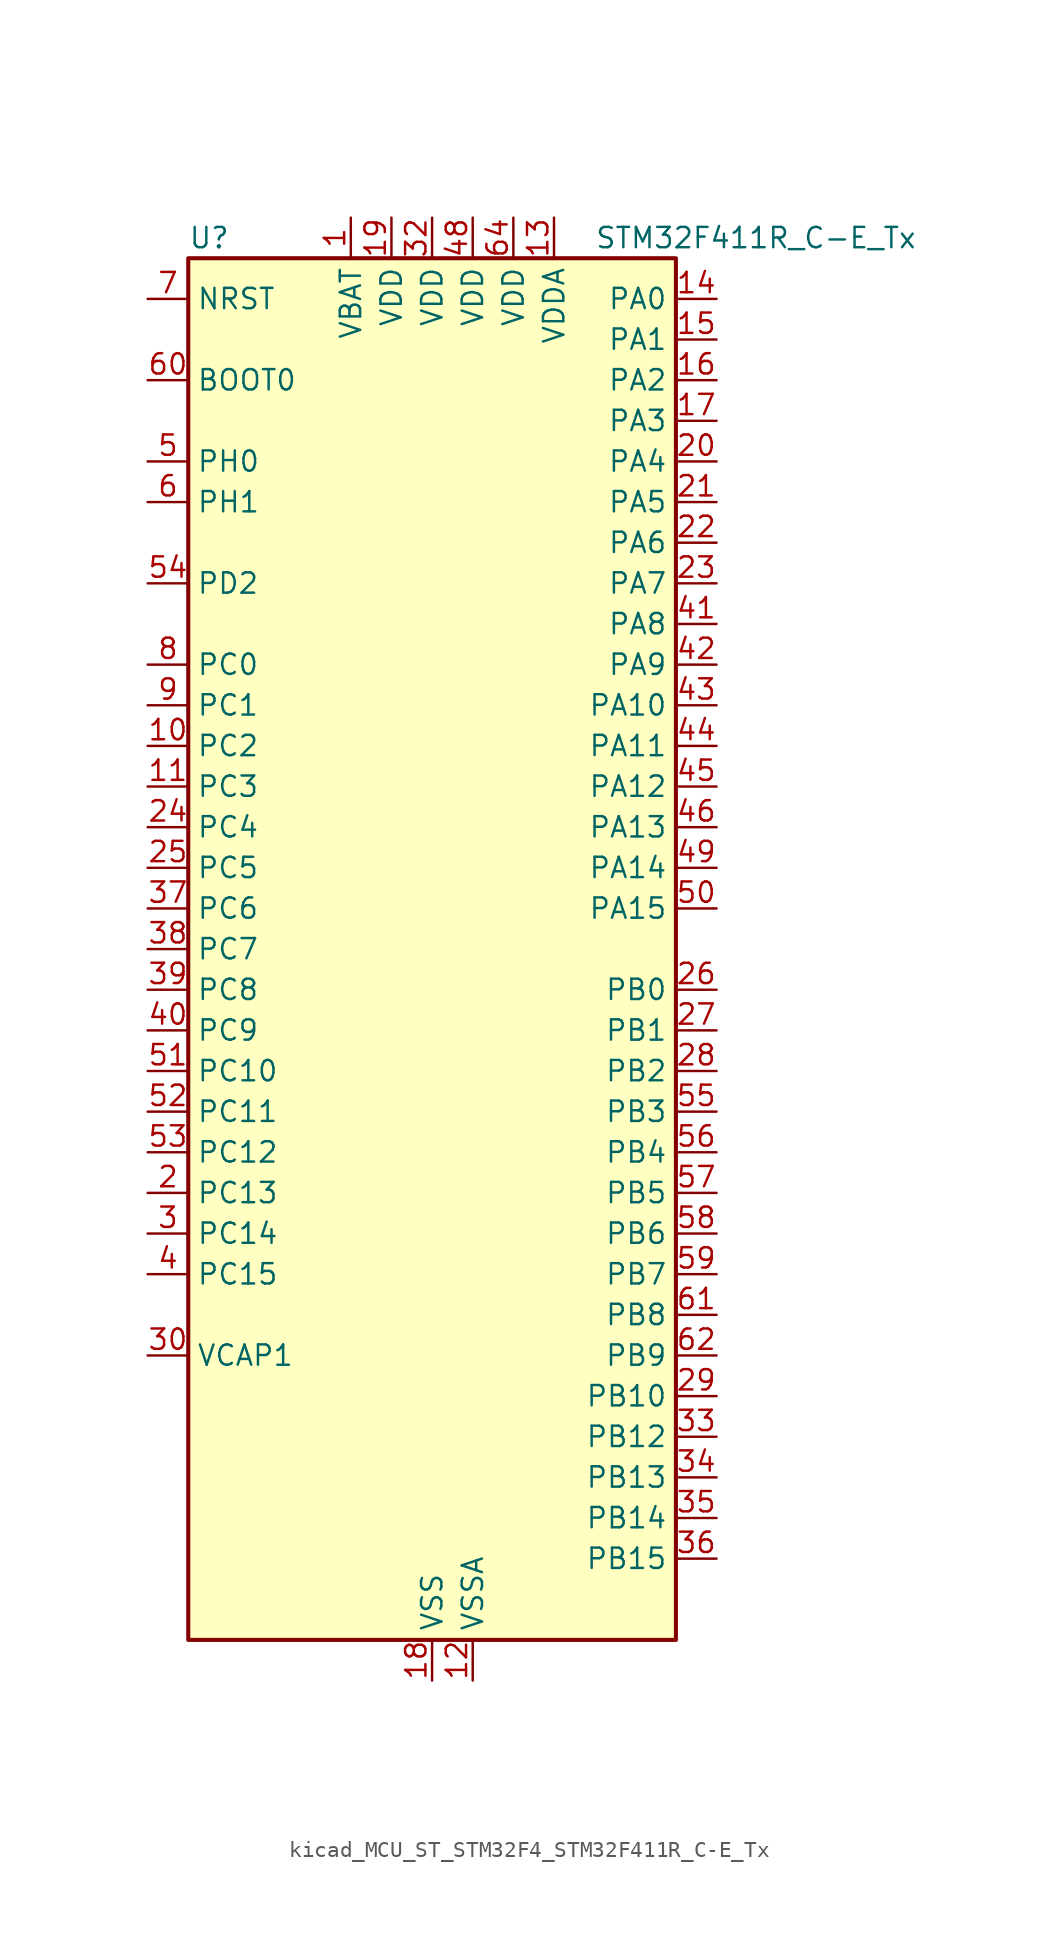
<source format=kicad_sym>
(kicad_symbol_lib
  (version 20220914)
  (generator kicad_symbol_editor)
  (symbol "kicad_MCU_ST_STM32F4_STM32F411R_C-E_Tx"
    (property "Reference" "U"
      (at -15.24 44.45 0)
      (effects (font (size 1.27 1.27)) (justify left)))
    (property "Value" "STM32F411R_C-E_Tx"
      (at 10.16 44.45 0)
      (effects (font (size 1.27 1.27)) (justify left)))
    (property "ki_locked" ""
      (at 0 0 0)
      (effects (font (size 1.27 1.27))))
    (symbol "kicad_MCU_ST_STM32F4_STM32F411R_C-E_Tx_0_1"
      (rectangle (start -15.24 -43.18) (end 15.24 43.18) (stroke (width 0.254) (type default)) (fill (type background))))
    (symbol "kicad_MCU_ST_STM32F4_STM32F411R_C-E_Tx_1_1"
      (pin power_in line (at -5.08 45.72 270) (length 2.54) (name "VBAT" (effects (font (size 1.27 1.27)))) (number "1" (effects (font (size 1.27 1.27)))))
      (pin bidirectional line (at -17.78 12.7 0) (length 2.54) (name "PC2" (effects (font (size 1.27 1.27)))) (number "10" (effects (font (size 1.27 1.27)))) (alternate "ADC1_IN12" bidirectional line) (alternate "I2S2_ext_SD" bidirectional line) (alternate "SPI2_MISO" bidirectional line))
      (pin bidirectional line (at -17.78 10.16 0) (length 2.54) (name "PC3" (effects (font (size 1.27 1.27)))) (number "11" (effects (font (size 1.27 1.27)))) (alternate "ADC1_IN13" bidirectional line) (alternate "I2S2_SD" bidirectional line) (alternate "SPI2_MOSI" bidirectional line))
      (pin power_in line (at 2.54 -45.72 90) (length 2.54) (name "VSSA" (effects (font (size 1.27 1.27)))) (number "12" (effects (font (size 1.27 1.27)))))
      (pin power_in line (at 7.62 45.72 270) (length 2.54) (name "VDDA" (effects (font (size 1.27 1.27)))) (number "13" (effects (font (size 1.27 1.27)))))
      (pin bidirectional line (at 17.78 40.64 180) (length 2.54) (name "PA0" (effects (font (size 1.27 1.27)))) (number "14" (effects (font (size 1.27 1.27)))) (alternate "ADC1_IN0" bidirectional line) (alternate "SYS_WKUP" bidirectional line) (alternate "TIM2_CH1" bidirectional line) (alternate "TIM2_ETR" bidirectional line) (alternate "TIM5_CH1" bidirectional line) (alternate "USART2_CTS" bidirectional line))
      (pin bidirectional line (at 17.78 38.1 180) (length 2.54) (name "PA1" (effects (font (size 1.27 1.27)))) (number "15" (effects (font (size 1.27 1.27)))) (alternate "ADC1_IN1" bidirectional line) (alternate "I2S4_SD" bidirectional line) (alternate "SPI4_MOSI" bidirectional line) (alternate "TIM2_CH2" bidirectional line) (alternate "TIM5_CH2" bidirectional line) (alternate "USART2_RTS" bidirectional line))
      (pin bidirectional line (at 17.78 35.56 180) (length 2.54) (name "PA2" (effects (font (size 1.27 1.27)))) (number "16" (effects (font (size 1.27 1.27)))) (alternate "ADC1_IN2" bidirectional line) (alternate "I2S_CKIN" bidirectional line) (alternate "TIM2_CH3" bidirectional line) (alternate "TIM5_CH3" bidirectional line) (alternate "TIM9_CH1" bidirectional line) (alternate "USART2_TX" bidirectional line))
      (pin bidirectional line (at 17.78 33.02 180) (length 2.54) (name "PA3" (effects (font (size 1.27 1.27)))) (number "17" (effects (font (size 1.27 1.27)))) (alternate "ADC1_IN3" bidirectional line) (alternate "I2S2_MCK" bidirectional line) (alternate "TIM2_CH4" bidirectional line) (alternate "TIM5_CH4" bidirectional line) (alternate "TIM9_CH2" bidirectional line) (alternate "USART2_RX" bidirectional line))
      (pin power_in line (at 0 -45.72 90) (length 2.54) (name "VSS" (effects (font (size 1.27 1.27)))) (number "18" (effects (font (size 1.27 1.27)))))
      (pin power_in line (at -2.54 45.72 270) (length 2.54) (name "VDD" (effects (font (size 1.27 1.27)))) (number "19" (effects (font (size 1.27 1.27)))))
      (pin bidirectional line (at -17.78 -15.24 0) (length 2.54) (name "PC13" (effects (font (size 1.27 1.27)))) (number "2" (effects (font (size 1.27 1.27)))) (alternate "RTC_AF1" bidirectional line))
      (pin bidirectional line (at 17.78 30.48 180) (length 2.54) (name "PA4" (effects (font (size 1.27 1.27)))) (number "20" (effects (font (size 1.27 1.27)))) (alternate "ADC1_IN4" bidirectional line) (alternate "I2S1_WS" bidirectional line) (alternate "I2S3_WS" bidirectional line) (alternate "SPI1_NSS" bidirectional line) (alternate "SPI3_NSS" bidirectional line) (alternate "USART2_CK" bidirectional line))
      (pin bidirectional line (at 17.78 27.94 180) (length 2.54) (name "PA5" (effects (font (size 1.27 1.27)))) (number "21" (effects (font (size 1.27 1.27)))) (alternate "ADC1_IN5" bidirectional line) (alternate "I2S1_CK" bidirectional line) (alternate "SPI1_SCK" bidirectional line) (alternate "TIM2_CH1" bidirectional line) (alternate "TIM2_ETR" bidirectional line))
      (pin bidirectional line (at 17.78 25.4 180) (length 2.54) (name "PA6" (effects (font (size 1.27 1.27)))) (number "22" (effects (font (size 1.27 1.27)))) (alternate "ADC1_IN6" bidirectional line) (alternate "I2S2_MCK" bidirectional line) (alternate "SDIO_CMD" bidirectional line) (alternate "SPI1_MISO" bidirectional line) (alternate "TIM1_BKIN" bidirectional line) (alternate "TIM3_CH1" bidirectional line))
      (pin bidirectional line (at 17.78 22.86 180) (length 2.54) (name "PA7" (effects (font (size 1.27 1.27)))) (number "23" (effects (font (size 1.27 1.27)))) (alternate "ADC1_IN7" bidirectional line) (alternate "I2S1_SD" bidirectional line) (alternate "SPI1_MOSI" bidirectional line) (alternate "TIM1_CH1N" bidirectional line) (alternate "TIM3_CH2" bidirectional line))
      (pin bidirectional line (at -17.78 7.62 0) (length 2.54) (name "PC4" (effects (font (size 1.27 1.27)))) (number "24" (effects (font (size 1.27 1.27)))) (alternate "ADC1_IN14" bidirectional line))
      (pin bidirectional line (at -17.78 5.08 0) (length 2.54) (name "PC5" (effects (font (size 1.27 1.27)))) (number "25" (effects (font (size 1.27 1.27)))) (alternate "ADC1_IN15" bidirectional line))
      (pin bidirectional line (at 17.78 -2.54 180) (length 2.54) (name "PB0" (effects (font (size 1.27 1.27)))) (number "26" (effects (font (size 1.27 1.27)))) (alternate "ADC1_IN8" bidirectional line) (alternate "I2S5_CK" bidirectional line) (alternate "SPI5_SCK" bidirectional line) (alternate "TIM1_CH2N" bidirectional line) (alternate "TIM3_CH3" bidirectional line))
      (pin bidirectional line (at 17.78 -5.08 180) (length 2.54) (name "PB1" (effects (font (size 1.27 1.27)))) (number "27" (effects (font (size 1.27 1.27)))) (alternate "ADC1_IN9" bidirectional line) (alternate "I2S5_WS" bidirectional line) (alternate "SPI5_NSS" bidirectional line) (alternate "TIM1_CH3N" bidirectional line) (alternate "TIM3_CH4" bidirectional line))
      (pin bidirectional line (at 17.78 -7.62 180) (length 2.54) (name "PB2" (effects (font (size 1.27 1.27)))) (number "28" (effects (font (size 1.27 1.27)))))
      (pin bidirectional line (at 17.78 -27.94 180) (length 2.54) (name "PB10" (effects (font (size 1.27 1.27)))) (number "29" (effects (font (size 1.27 1.27)))) (alternate "I2C2_SCL" bidirectional line) (alternate "I2S2_CK" bidirectional line) (alternate "I2S3_MCK" bidirectional line) (alternate "SDIO_D7" bidirectional line) (alternate "SPI2_SCK" bidirectional line) (alternate "TIM2_CH3" bidirectional line))
      (pin bidirectional line (at -17.78 -17.78 0) (length 2.54) (name "PC14" (effects (font (size 1.27 1.27)))) (number "3" (effects (font (size 1.27 1.27)))) (alternate "RCC_OSC32_IN" bidirectional line))
      (pin power_out line (at -17.78 -25.4 0) (length 2.54) (name "VCAP1" (effects (font (size 1.27 1.27)))) (number "30" (effects (font (size 1.27 1.27)))))
      (pin passive line (at 0 -45.72 90) (length 2.54) hide (name "VSS" (effects (font (size 1.27 1.27)))) (number "31" (effects (font (size 1.27 1.27)))))
      (pin power_in line (at 0 45.72 270) (length 2.54) (name "VDD" (effects (font (size 1.27 1.27)))) (number "32" (effects (font (size 1.27 1.27)))))
      (pin bidirectional line (at 17.78 -30.48 180) (length 2.54) (name "PB12" (effects (font (size 1.27 1.27)))) (number "33" (effects (font (size 1.27 1.27)))) (alternate "I2C2_SMBA" bidirectional line) (alternate "I2S2_WS" bidirectional line) (alternate "I2S3_CK" bidirectional line) (alternate "I2S4_WS" bidirectional line) (alternate "SPI2_NSS" bidirectional line) (alternate "SPI3_SCK" bidirectional line) (alternate "SPI4_NSS" bidirectional line) (alternate "TIM1_BKIN" bidirectional line))
      (pin bidirectional line (at 17.78 -33.02 180) (length 2.54) (name "PB13" (effects (font (size 1.27 1.27)))) (number "34" (effects (font (size 1.27 1.27)))) (alternate "I2S2_CK" bidirectional line) (alternate "I2S4_CK" bidirectional line) (alternate "SPI2_SCK" bidirectional line) (alternate "SPI4_SCK" bidirectional line) (alternate "TIM1_CH1N" bidirectional line))
      (pin bidirectional line (at 17.78 -35.56 180) (length 2.54) (name "PB14" (effects (font (size 1.27 1.27)))) (number "35" (effects (font (size 1.27 1.27)))) (alternate "I2S2_ext_SD" bidirectional line) (alternate "SDIO_D6" bidirectional line) (alternate "SPI2_MISO" bidirectional line) (alternate "TIM1_CH2N" bidirectional line))
      (pin bidirectional line (at 17.78 -38.1 180) (length 2.54) (name "PB15" (effects (font (size 1.27 1.27)))) (number "36" (effects (font (size 1.27 1.27)))) (alternate "ADC1_EXTI15" bidirectional line) (alternate "I2S2_SD" bidirectional line) (alternate "RTC_REFIN" bidirectional line) (alternate "SDIO_CK" bidirectional line) (alternate "SPI2_MOSI" bidirectional line) (alternate "TIM1_CH3N" bidirectional line))
      (pin bidirectional line (at -17.78 2.54 0) (length 2.54) (name "PC6" (effects (font (size 1.27 1.27)))) (number "37" (effects (font (size 1.27 1.27)))) (alternate "I2S2_MCK" bidirectional line) (alternate "SDIO_D6" bidirectional line) (alternate "TIM3_CH1" bidirectional line) (alternate "USART6_TX" bidirectional line))
      (pin bidirectional line (at -17.78 0 0) (length 2.54) (name "PC7" (effects (font (size 1.27 1.27)))) (number "38" (effects (font (size 1.27 1.27)))) (alternate "I2S2_CK" bidirectional line) (alternate "I2S3_MCK" bidirectional line) (alternate "SDIO_D7" bidirectional line) (alternate "SPI2_SCK" bidirectional line) (alternate "TIM3_CH2" bidirectional line) (alternate "USART6_RX" bidirectional line))
      (pin bidirectional line (at -17.78 -2.54 0) (length 2.54) (name "PC8" (effects (font (size 1.27 1.27)))) (number "39" (effects (font (size 1.27 1.27)))) (alternate "SDIO_D0" bidirectional line) (alternate "TIM3_CH3" bidirectional line) (alternate "USART6_CK" bidirectional line))
      (pin bidirectional line (at -17.78 -20.32 0) (length 2.54) (name "PC15" (effects (font (size 1.27 1.27)))) (number "4" (effects (font (size 1.27 1.27)))) (alternate "ADC1_EXTI15" bidirectional line) (alternate "RCC_OSC32_OUT" bidirectional line))
      (pin bidirectional line (at -17.78 -5.08 0) (length 2.54) (name "PC9" (effects (font (size 1.27 1.27)))) (number "40" (effects (font (size 1.27 1.27)))) (alternate "I2C3_SDA" bidirectional line) (alternate "I2S_CKIN" bidirectional line) (alternate "RCC_MCO_2" bidirectional line) (alternate "SDIO_D1" bidirectional line) (alternate "TIM3_CH4" bidirectional line))
      (pin bidirectional line (at 17.78 20.32 180) (length 2.54) (name "PA8" (effects (font (size 1.27 1.27)))) (number "41" (effects (font (size 1.27 1.27)))) (alternate "I2C3_SCL" bidirectional line) (alternate "RCC_MCO_1" bidirectional line) (alternate "SDIO_D1" bidirectional line) (alternate "TIM1_CH1" bidirectional line) (alternate "USART1_CK" bidirectional line) (alternate "USB_OTG_FS_SOF" bidirectional line))
      (pin bidirectional line (at 17.78 17.78 180) (length 2.54) (name "PA9" (effects (font (size 1.27 1.27)))) (number "42" (effects (font (size 1.27 1.27)))) (alternate "I2C3_SMBA" bidirectional line) (alternate "SDIO_D2" bidirectional line) (alternate "TIM1_CH2" bidirectional line) (alternate "USART1_TX" bidirectional line) (alternate "USB_OTG_FS_VBUS" bidirectional line))
      (pin bidirectional line (at 17.78 15.24 180) (length 2.54) (name "PA10" (effects (font (size 1.27 1.27)))) (number "43" (effects (font (size 1.27 1.27)))) (alternate "I2S5_SD" bidirectional line) (alternate "SPI5_MOSI" bidirectional line) (alternate "TIM1_CH3" bidirectional line) (alternate "USART1_RX" bidirectional line) (alternate "USB_OTG_FS_ID" bidirectional line))
      (pin bidirectional line (at 17.78 12.7 180) (length 2.54) (name "PA11" (effects (font (size 1.27 1.27)))) (number "44" (effects (font (size 1.27 1.27)))) (alternate "ADC1_EXTI11" bidirectional line) (alternate "SPI4_MISO" bidirectional line) (alternate "TIM1_CH4" bidirectional line) (alternate "USART1_CTS" bidirectional line) (alternate "USART6_TX" bidirectional line) (alternate "USB_OTG_FS_DM" bidirectional line))
      (pin bidirectional line (at 17.78 10.16 180) (length 2.54) (name "PA12" (effects (font (size 1.27 1.27)))) (number "45" (effects (font (size 1.27 1.27)))) (alternate "SPI5_MISO" bidirectional line) (alternate "TIM1_ETR" bidirectional line) (alternate "USART1_RTS" bidirectional line) (alternate "USART6_RX" bidirectional line) (alternate "USB_OTG_FS_DP" bidirectional line))
      (pin bidirectional line (at 17.78 7.62 180) (length 2.54) (name "PA13" (effects (font (size 1.27 1.27)))) (number "46" (effects (font (size 1.27 1.27)))) (alternate "SYS_JTMS-SWDIO" bidirectional line))
      (pin passive line (at 0 -45.72 90) (length 2.54) hide (name "VSS" (effects (font (size 1.27 1.27)))) (number "47" (effects (font (size 1.27 1.27)))))
      (pin power_in line (at 2.54 45.72 270) (length 2.54) (name "VDD" (effects (font (size 1.27 1.27)))) (number "48" (effects (font (size 1.27 1.27)))))
      (pin bidirectional line (at 17.78 5.08 180) (length 2.54) (name "PA14" (effects (font (size 1.27 1.27)))) (number "49" (effects (font (size 1.27 1.27)))) (alternate "SYS_JTCK-SWCLK" bidirectional line))
      (pin bidirectional line (at -17.78 30.48 0) (length 2.54) (name "PH0" (effects (font (size 1.27 1.27)))) (number "5" (effects (font (size 1.27 1.27)))) (alternate "RCC_OSC_IN" bidirectional line))
      (pin bidirectional line (at 17.78 2.54 180) (length 2.54) (name "PA15" (effects (font (size 1.27 1.27)))) (number "50" (effects (font (size 1.27 1.27)))) (alternate "ADC1_EXTI15" bidirectional line) (alternate "I2S1_WS" bidirectional line) (alternate "I2S3_WS" bidirectional line) (alternate "SPI1_NSS" bidirectional line) (alternate "SPI3_NSS" bidirectional line) (alternate "SYS_JTDI" bidirectional line) (alternate "TIM2_CH1" bidirectional line) (alternate "TIM2_ETR" bidirectional line) (alternate "USART1_TX" bidirectional line))
      (pin bidirectional line (at -17.78 -7.62 0) (length 2.54) (name "PC10" (effects (font (size 1.27 1.27)))) (number "51" (effects (font (size 1.27 1.27)))) (alternate "I2S3_CK" bidirectional line) (alternate "SDIO_D2" bidirectional line) (alternate "SPI3_SCK" bidirectional line))
      (pin bidirectional line (at -17.78 -10.16 0) (length 2.54) (name "PC11" (effects (font (size 1.27 1.27)))) (number "52" (effects (font (size 1.27 1.27)))) (alternate "ADC1_EXTI11" bidirectional line) (alternate "I2S3_ext_SD" bidirectional line) (alternate "SDIO_D3" bidirectional line) (alternate "SPI3_MISO" bidirectional line))
      (pin bidirectional line (at -17.78 -12.7 0) (length 2.54) (name "PC12" (effects (font (size 1.27 1.27)))) (number "53" (effects (font (size 1.27 1.27)))) (alternate "I2S3_SD" bidirectional line) (alternate "SDIO_CK" bidirectional line) (alternate "SPI3_MOSI" bidirectional line))
      (pin bidirectional line (at -17.78 22.86 0) (length 2.54) (name "PD2" (effects (font (size 1.27 1.27)))) (number "54" (effects (font (size 1.27 1.27)))) (alternate "SDIO_CMD" bidirectional line) (alternate "TIM3_ETR" bidirectional line))
      (pin bidirectional line (at 17.78 -10.16 180) (length 2.54) (name "PB3" (effects (font (size 1.27 1.27)))) (number "55" (effects (font (size 1.27 1.27)))) (alternate "I2C2_SDA" bidirectional line) (alternate "I2S1_CK" bidirectional line) (alternate "I2S3_CK" bidirectional line) (alternate "SPI1_SCK" bidirectional line) (alternate "SPI3_SCK" bidirectional line) (alternate "SYS_JTDO-SWO" bidirectional line) (alternate "TIM2_CH2" bidirectional line) (alternate "USART1_RX" bidirectional line))
      (pin bidirectional line (at 17.78 -12.7 180) (length 2.54) (name "PB4" (effects (font (size 1.27 1.27)))) (number "56" (effects (font (size 1.27 1.27)))) (alternate "I2C3_SDA" bidirectional line) (alternate "I2S3_ext_SD" bidirectional line) (alternate "SDIO_D0" bidirectional line) (alternate "SPI1_MISO" bidirectional line) (alternate "SPI3_MISO" bidirectional line) (alternate "SYS_JTRST" bidirectional line) (alternate "TIM3_CH1" bidirectional line))
      (pin bidirectional line (at 17.78 -15.24 180) (length 2.54) (name "PB5" (effects (font (size 1.27 1.27)))) (number "57" (effects (font (size 1.27 1.27)))) (alternate "I2C1_SMBA" bidirectional line) (alternate "I2S1_SD" bidirectional line) (alternate "I2S3_SD" bidirectional line) (alternate "SDIO_D3" bidirectional line) (alternate "SPI1_MOSI" bidirectional line) (alternate "SPI3_MOSI" bidirectional line) (alternate "TIM3_CH2" bidirectional line))
      (pin bidirectional line (at 17.78 -17.78 180) (length 2.54) (name "PB6" (effects (font (size 1.27 1.27)))) (number "58" (effects (font (size 1.27 1.27)))) (alternate "I2C1_SCL" bidirectional line) (alternate "TIM4_CH1" bidirectional line) (alternate "USART1_TX" bidirectional line))
      (pin bidirectional line (at 17.78 -20.32 180) (length 2.54) (name "PB7" (effects (font (size 1.27 1.27)))) (number "59" (effects (font (size 1.27 1.27)))) (alternate "I2C1_SDA" bidirectional line) (alternate "SDIO_D0" bidirectional line) (alternate "TIM4_CH2" bidirectional line) (alternate "USART1_RX" bidirectional line))
      (pin bidirectional line (at -17.78 27.94 0) (length 2.54) (name "PH1" (effects (font (size 1.27 1.27)))) (number "6" (effects (font (size 1.27 1.27)))) (alternate "RCC_OSC_OUT" bidirectional line))
      (pin input line (at -17.78 35.56 0) (length 2.54) (name "BOOT0" (effects (font (size 1.27 1.27)))) (number "60" (effects (font (size 1.27 1.27)))))
      (pin bidirectional line (at 17.78 -22.86 180) (length 2.54) (name "PB8" (effects (font (size 1.27 1.27)))) (number "61" (effects (font (size 1.27 1.27)))) (alternate "I2C1_SCL" bidirectional line) (alternate "I2C3_SDA" bidirectional line) (alternate "I2S5_SD" bidirectional line) (alternate "SDIO_D4" bidirectional line) (alternate "SPI5_MOSI" bidirectional line) (alternate "TIM10_CH1" bidirectional line) (alternate "TIM4_CH3" bidirectional line))
      (pin bidirectional line (at 17.78 -25.4 180) (length 2.54) (name "PB9" (effects (font (size 1.27 1.27)))) (number "62" (effects (font (size 1.27 1.27)))) (alternate "I2C1_SDA" bidirectional line) (alternate "I2C2_SDA" bidirectional line) (alternate "I2S2_WS" bidirectional line) (alternate "SDIO_D5" bidirectional line) (alternate "SPI2_NSS" bidirectional line) (alternate "TIM11_CH1" bidirectional line) (alternate "TIM4_CH4" bidirectional line))
      (pin passive line (at 0 -45.72 90) (length 2.54) hide (name "VSS" (effects (font (size 1.27 1.27)))) (number "63" (effects (font (size 1.27 1.27)))))
      (pin power_in line (at 5.08 45.72 270) (length 2.54) (name "VDD" (effects (font (size 1.27 1.27)))) (number "64" (effects (font (size 1.27 1.27)))))
      (pin input line (at -17.78 40.64 0) (length 2.54) (name "NRST" (effects (font (size 1.27 1.27)))) (number "7" (effects (font (size 1.27 1.27)))))
      (pin bidirectional line (at -17.78 17.78 0) (length 2.54) (name "PC0" (effects (font (size 1.27 1.27)))) (number "8" (effects (font (size 1.27 1.27)))) (alternate "ADC1_IN10" bidirectional line))
      (pin bidirectional line (at -17.78 15.24 0) (length 2.54) (name "PC1" (effects (font (size 1.27 1.27)))) (number "9" (effects (font (size 1.27 1.27)))) (alternate "ADC1_IN11" bidirectional line)))))
</source>
